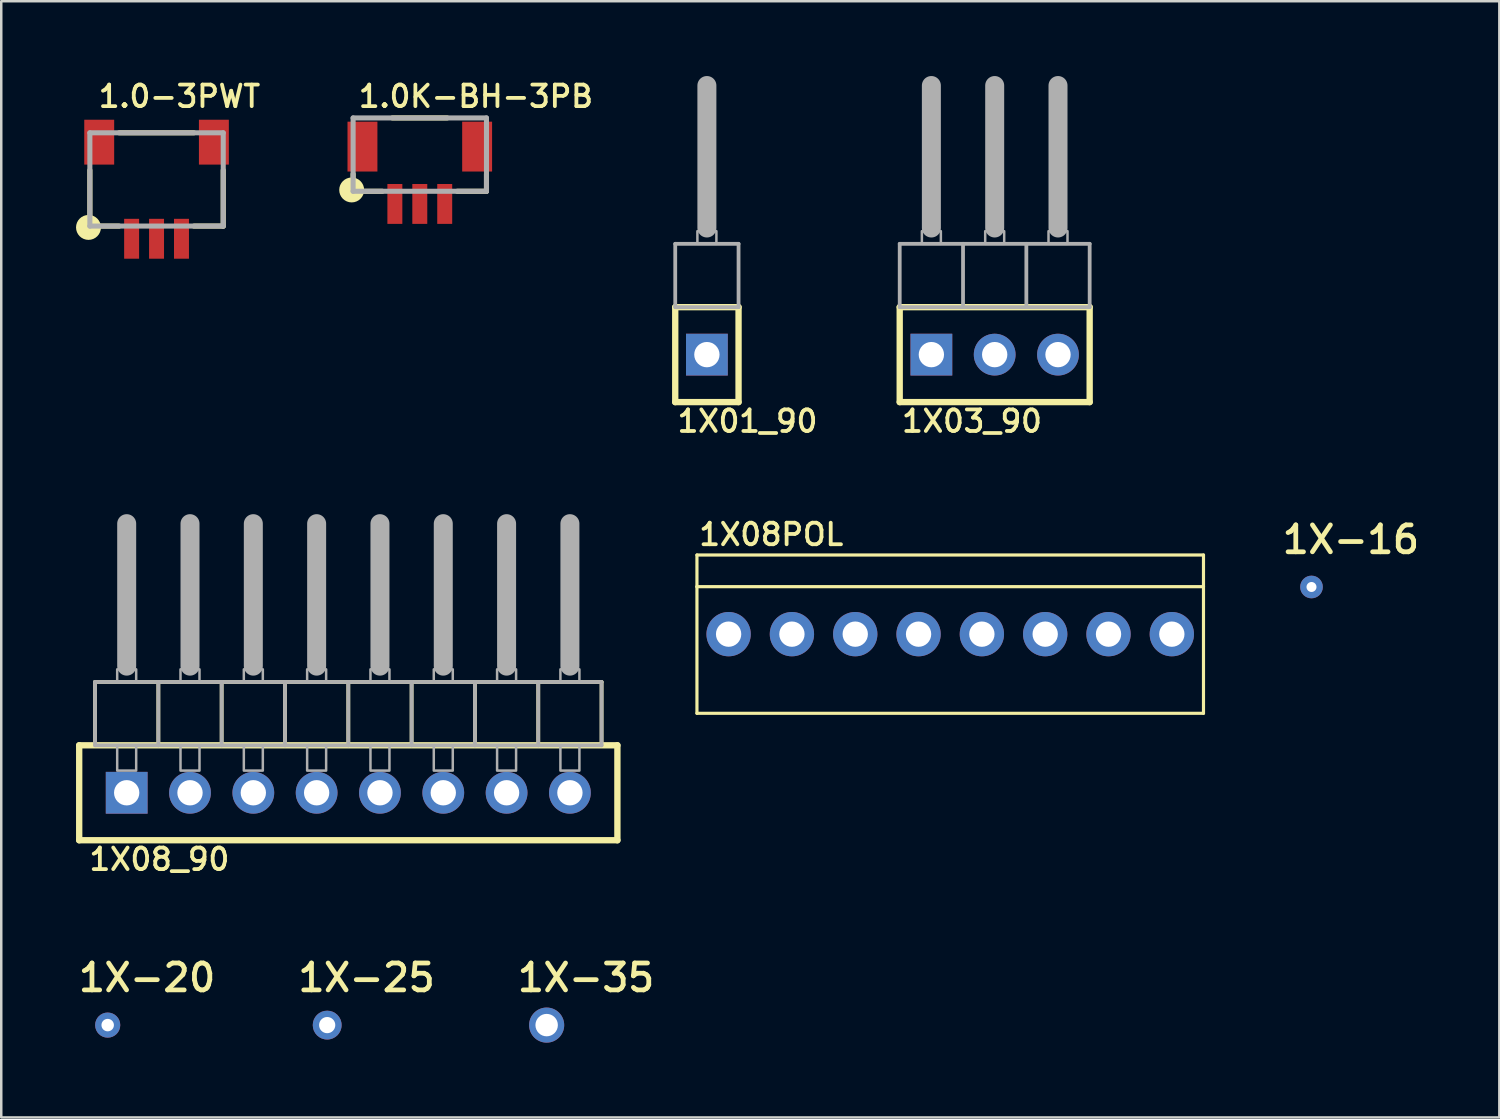
<source format=kicad_pcb>
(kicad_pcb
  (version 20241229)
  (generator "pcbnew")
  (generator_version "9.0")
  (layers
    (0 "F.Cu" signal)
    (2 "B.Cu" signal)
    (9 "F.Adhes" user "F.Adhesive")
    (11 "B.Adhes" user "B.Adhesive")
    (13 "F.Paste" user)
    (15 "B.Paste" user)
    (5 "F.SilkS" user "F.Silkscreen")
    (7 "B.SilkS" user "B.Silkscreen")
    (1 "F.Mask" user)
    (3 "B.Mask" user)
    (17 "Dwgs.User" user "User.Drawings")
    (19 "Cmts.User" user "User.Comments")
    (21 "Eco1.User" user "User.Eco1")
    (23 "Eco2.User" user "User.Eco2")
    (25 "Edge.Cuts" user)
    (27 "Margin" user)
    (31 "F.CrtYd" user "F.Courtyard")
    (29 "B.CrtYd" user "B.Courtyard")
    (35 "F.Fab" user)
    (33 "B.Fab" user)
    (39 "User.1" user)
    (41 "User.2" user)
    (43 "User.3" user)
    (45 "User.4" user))
  (footprint "1X-16"
    (layer "F.Cu")
    (at 49.561 20.497)
    (property "Reference" "1X-16" (at -1.27 -1.27 0) (unlocked yes) (layer "F.SilkS") (effects (font (size 1.079 1.079) (thickness 0.191)) (justify left bottom)))
    (pad "P$1" thru_hole circle (at 0 0) (size 0.908 0.908) (drill 0.4) (layers "*.Cu" "*.Mask")))
  (footprint "1X08_90"
    (layer "F.Cu")
    (at 10.922 24.942)
    (property "Reference" "1X08_90" (at -10.477 6.985 0) (unlocked yes) (layer "F.SilkS") (effects (font (size 0.864 0.864) (thickness 0.152)) (justify left bottom)))
    (fp_line (start -10.795 1.905) (end -10.795 5.715) (stroke (width 0.254) (type solid)) (layer "F.SilkS"))
    (fp_line (start -10.795 5.715) (end 10.795 5.715) (stroke (width 0.254) (type solid)) (layer "F.SilkS"))
    (fp_line (start -10.16 -0.635) (end -10.16 1.905) (stroke (width 0.152) (type solid)) (layer "F.SilkS"))
    (fp_line (start -10.16 1.905) (end -7.62 1.905) (stroke (width 0.152) (type solid)) (layer "F.SilkS"))
    (fp_line (start -7.62 -0.635) (end -10.16 -0.635) (stroke (width 0.152) (type solid)) (layer "F.SilkS"))
    (fp_line (start -7.62 1.905) (end -7.62 -0.635) (stroke (width 0.152) (type solid)) (layer "F.SilkS"))
    (fp_line (start -7.62 1.905) (end -5.08 1.905) (stroke (width 0.152) (type solid)) (layer "F.SilkS"))
    (fp_line (start -5.08 -0.635) (end -7.62 -0.635) (stroke (width 0.152) (type solid)) (layer "F.SilkS"))
    (fp_line (start -5.08 1.905) (end -5.08 -0.635) (stroke (width 0.152) (type solid)) (layer "F.SilkS"))
    (fp_line (start -5.08 1.905) (end -2.54 1.905) (stroke (width 0.152) (type solid)) (layer "F.SilkS"))
    (fp_line (start -2.54 -0.635) (end -5.08 -0.635) (stroke (width 0.152) (type solid)) (layer "F.SilkS"))
    (fp_line (start -2.54 1.905) (end -2.54 -0.635) (stroke (width 0.152) (type solid)) (layer "F.SilkS"))
    (fp_line (start -2.54 1.905) (end 0 1.905) (stroke (width 0.152) (type solid)) (layer "F.SilkS"))
    (fp_line (start 0 -0.635) (end -2.54 -0.635) (stroke (width 0.152) (type solid)) (layer "F.SilkS"))
    (fp_line (start 0 1.905) (end 0 -0.635) (stroke (width 0.152) (type solid)) (layer "F.SilkS"))
    (fp_line (start 0 1.905) (end 2.54 1.905) (stroke (width 0.152) (type solid)) (layer "F.SilkS"))
    (fp_line (start 2.54 -0.635) (end 0 -0.635) (stroke (width 0.152) (type solid)) (layer "F.SilkS"))
    (fp_line (start 2.54 1.905) (end 2.54 -0.635) (stroke (width 0.152) (type solid)) (layer "F.SilkS"))
    (fp_line (start 2.54 1.905) (end 5.08 1.905) (stroke (width 0.152) (type solid)) (layer "F.SilkS"))
    (fp_line (start 5.08 -0.635) (end 2.54 -0.635) (stroke (width 0.152) (type solid)) (layer "F.SilkS"))
    (fp_line (start 5.08 1.905) (end 5.08 -0.635) (stroke (width 0.152) (type solid)) (layer "F.SilkS"))
    (fp_line (start 5.08 1.905) (end 7.62 1.905) (stroke (width 0.152) (type solid)) (layer "F.SilkS"))
    (fp_line (start 7.62 -0.635) (end 5.08 -0.635) (stroke (width 0.152) (type solid)) (layer "F.SilkS"))
    (fp_line (start 7.62 1.905) (end 7.62 -0.635) (stroke (width 0.152) (type solid)) (layer "F.SilkS"))
    (fp_line (start 7.62 1.905) (end 10.16 1.905) (stroke (width 0.152) (type solid)) (layer "F.SilkS"))
    (fp_line (start 10.16 -0.635) (end 7.62 -0.635) (stroke (width 0.152) (type solid)) (layer "F.SilkS"))
    (fp_line (start 10.16 1.905) (end 10.16 -0.635) (stroke (width 0.152) (type solid)) (layer "F.SilkS"))
    (fp_line (start 10.795 1.905) (end -10.795 1.905) (stroke (width 0.254) (type solid)) (layer "F.SilkS"))
    (fp_line (start 10.795 5.715) (end 10.795 1.905) (stroke (width 0.254) (type solid)) (layer "F.SilkS"))
    (fp_line (start -10.16 -0.635) (end -10.16 1.905) (stroke (width 0.152) (type solid)) (layer "F.Fab"))
    (fp_line (start -10.16 1.905) (end -7.62 1.905) (stroke (width 0.152) (type solid)) (layer "F.Fab"))
    (fp_line (start -8.89 -6.985) (end -8.89 -1.27) (stroke (width 0.762) (type solid)) (layer "F.Fab"))
    (fp_line (start -7.62 -0.635) (end -10.16 -0.635) (stroke (width 0.152) (type solid)) (layer "F.Fab"))
    (fp_line (start -7.62 1.905) (end -7.62 -0.635) (stroke (width 0.152) (type solid)) (layer "F.Fab"))
    (fp_line (start -7.62 1.905) (end -5.08 1.905) (stroke (width 0.152) (type solid)) (layer "F.Fab"))
    (fp_line (start -6.35 -6.985) (end -6.35 -1.27) (stroke (width 0.762) (type solid)) (layer "F.Fab"))
    (fp_line (start -5.08 -0.635) (end -7.62 -0.635) (stroke (width 0.152) (type solid)) (layer "F.Fab"))
    (fp_line (start -5.08 1.905) (end -5.08 -0.635) (stroke (width 0.152) (type solid)) (layer "F.Fab"))
    (fp_line (start -5.08 1.905) (end -2.54 1.905) (stroke (width 0.152) (type solid)) (layer "F.Fab"))
    (fp_line (start -3.81 -6.985) (end -3.81 -1.27) (stroke (width 0.762) (type solid)) (layer "F.Fab"))
    (fp_line (start -2.54 -0.635) (end -5.08 -0.635) (stroke (width 0.152) (type solid)) (layer "F.Fab"))
    (fp_line (start -2.54 1.905) (end -2.54 -0.635) (stroke (width 0.152) (type solid)) (layer "F.Fab"))
    (fp_line (start -2.54 1.905) (end 0 1.905) (stroke (width 0.152) (type solid)) (layer "F.Fab"))
    (fp_line (start -1.27 -6.985) (end -1.27 -1.27) (stroke (width 0.762) (type solid)) (layer "F.Fab"))
    (fp_line (start 0 -0.635) (end -2.54 -0.635) (stroke (width 0.152) (type solid)) (layer "F.Fab"))
    (fp_line (start 0 1.905) (end 0 -0.635) (stroke (width 0.152) (type solid)) (layer "F.Fab"))
    (fp_line (start 0 1.905) (end 2.54 1.905) (stroke (width 0.152) (type solid)) (layer "F.Fab"))
    (fp_line (start 1.27 -6.985) (end 1.27 -1.27) (stroke (width 0.762) (type solid)) (layer "F.Fab"))
    (fp_line (start 2.54 -0.635) (end 0 -0.635) (stroke (width 0.152) (type solid)) (layer "F.Fab"))
    (fp_line (start 2.54 1.905) (end 2.54 -0.635) (stroke (width 0.152) (type solid)) (layer "F.Fab"))
    (fp_line (start 2.54 1.905) (end 5.08 1.905) (stroke (width 0.152) (type solid)) (layer "F.Fab"))
    (fp_line (start 3.81 -6.985) (end 3.81 -1.27) (stroke (width 0.762) (type solid)) (layer "F.Fab"))
    (fp_line (start 5.08 -0.635) (end 2.54 -0.635) (stroke (width 0.152) (type solid)) (layer "F.Fab"))
    (fp_line (start 5.08 1.905) (end 5.08 -0.635) (stroke (width 0.152) (type solid)) (layer "F.Fab"))
    (fp_line (start 5.08 1.905) (end 7.62 1.905) (stroke (width 0.152) (type solid)) (layer "F.Fab"))
    (fp_line (start 6.35 -6.985) (end 6.35 -1.27) (stroke (width 0.762) (type solid)) (layer "F.Fab"))
    (fp_line (start 7.62 -0.635) (end 5.08 -0.635) (stroke (width 0.152) (type solid)) (layer "F.Fab"))
    (fp_line (start 7.62 1.905) (end 7.62 -0.635) (stroke (width 0.152) (type solid)) (layer "F.Fab"))
    (fp_line (start 7.62 1.905) (end 10.16 1.905) (stroke (width 0.152) (type solid)) (layer "F.Fab"))
    (fp_line (start 8.89 -6.985) (end 8.89 -1.27) (stroke (width 0.762) (type solid)) (layer "F.Fab"))
    (fp_line (start 10.16 -0.635) (end 7.62 -0.635) (stroke (width 0.152) (type solid)) (layer "F.Fab"))
    (fp_line (start 10.16 1.905) (end 10.16 -0.635) (stroke (width 0.152) (type solid)) (layer "F.Fab"))
    (fp_poly (pts (xy -9.271 -0.635) (xy -8.509 -0.635) (xy -8.509 -1.143) (xy -9.271 -1.143)) (stroke (width 0.1) (type default)) (fill no) (layer "F.Fab"))
    (fp_poly (pts (xy -9.271 2.921) (xy -8.509 2.921) (xy -8.509 1.905) (xy -9.271 1.905)) (stroke (width 0.1) (type default)) (fill no) (layer "F.Fab"))
    (fp_poly (pts (xy -6.731 -0.635) (xy -5.969 -0.635) (xy -5.969 -1.143) (xy -6.731 -1.143)) (stroke (width 0.1) (type default)) (fill no) (layer "F.Fab"))
    (fp_poly (pts (xy -6.731 2.921) (xy -5.969 2.921) (xy -5.969 1.905) (xy -6.731 1.905)) (stroke (width 0.1) (type default)) (fill no) (layer "F.Fab"))
    (fp_poly (pts (xy -4.191 -0.635) (xy -3.429 -0.635) (xy -3.429 -1.143) (xy -4.191 -1.143)) (stroke (width 0.1) (type default)) (fill no) (layer "F.Fab"))
    (fp_poly (pts (xy -4.191 2.921) (xy -3.429 2.921) (xy -3.429 1.905) (xy -4.191 1.905)) (stroke (width 0.1) (type default)) (fill no) (layer "F.Fab"))
    (fp_poly (pts (xy -1.651 -0.635) (xy -0.889 -0.635) (xy -0.889 -1.143) (xy -1.651 -1.143)) (stroke (width 0.1) (type default)) (fill no) (layer "F.Fab"))
    (fp_poly (pts (xy -1.651 2.921) (xy -0.889 2.921) (xy -0.889 1.905) (xy -1.651 1.905)) (stroke (width 0.1) (type default)) (fill no) (layer "F.Fab"))
    (fp_poly (pts (xy 0.889 -0.635) (xy 1.651 -0.635) (xy 1.651 -1.143) (xy 0.889 -1.143)) (stroke (width 0.1) (type default)) (fill no) (layer "F.Fab"))
    (fp_poly (pts (xy 0.889 2.921) (xy 1.651 2.921) (xy 1.651 1.905) (xy 0.889 1.905)) (stroke (width 0.1) (type default)) (fill no) (layer "F.Fab"))
    (fp_poly (pts (xy 3.429 -0.635) (xy 4.191 -0.635) (xy 4.191 -1.143) (xy 3.429 -1.143)) (stroke (width 0.1) (type default)) (fill no) (layer "F.Fab"))
    (fp_poly (pts (xy 3.429 2.921) (xy 4.191 2.921) (xy 4.191 1.905) (xy 3.429 1.905)) (stroke (width 0.1) (type default)) (fill no) (layer "F.Fab"))
    (fp_poly (pts (xy 5.969 -0.635) (xy 6.731 -0.635) (xy 6.731 -1.143) (xy 5.969 -1.143)) (stroke (width 0.1) (type default)) (fill no) (layer "F.Fab"))
    (fp_poly (pts (xy 5.969 2.921) (xy 6.731 2.921) (xy 6.731 1.905) (xy 5.969 1.905)) (stroke (width 0.1) (type default)) (fill no) (layer "F.Fab"))
    (fp_poly (pts (xy 8.509 -0.635) (xy 9.271 -0.635) (xy 9.271 -1.143) (xy 8.509 -1.143)) (stroke (width 0.1) (type default)) (fill no) (layer "F.Fab"))
    (fp_poly (pts (xy 8.509 2.921) (xy 9.271 2.921) (xy 9.271 1.905) (xy 8.509 1.905)) (stroke (width 0.1) (type default)) (fill no) (layer "F.Fab"))
    (pad "1" thru_hole rect (at -8.89 3.81) (size 1.676 1.676) (drill 1.016) (layers "*.Cu" "*.Mask"))
    (pad "2" thru_hole circle (at -6.35 3.81) (size 1.676 1.676) (drill 1.016) (layers "*.Cu" "*.Mask"))
    (pad "3" thru_hole circle (at -3.81 3.81) (size 1.676 1.676) (drill 1.016) (layers "*.Cu" "*.Mask"))
    (pad "4" thru_hole circle (at -1.27 3.81) (size 1.676 1.676) (drill 1.016) (layers "*.Cu" "*.Mask"))
    (pad "5" thru_hole circle (at 1.27 3.81) (size 1.676 1.676) (drill 1.016) (layers "*.Cu" "*.Mask"))
    (pad "6" thru_hole circle (at 3.81 3.81) (size 1.676 1.676) (drill 1.016) (layers "*.Cu" "*.Mask"))
    (pad "7" thru_hole circle (at 6.35 3.81) (size 1.676 1.676) (drill 1.016) (layers "*.Cu" "*.Mask"))
    (pad "8" thru_hole circle (at 8.89 3.81) (size 1.676 1.676) (drill 1.016) (layers "*.Cu" "*.Mask")))
  (footprint "1.0K-BH-3PB"
    (layer "F.Cu")
    (at 13.79 5.131)
    (property "Reference" "1.0K-BH-3PB" (at -2.54 -3.81 0) (unlocked yes) (layer "F.SilkS") (effects (font (size 0.864 0.864) (thickness 0.152)) (justify left bottom)))
    (fp_line (start -2.675 -0.508) (end -2.675 -1.2) (stroke (width 0.203) (type solid)) (layer "F.SilkS"))
    (fp_line (start -1.5 -0.508) (end -2.675 -0.508) (stroke (width 0.203) (type solid)) (layer "F.SilkS"))
    (fp_line (start -1.1 -3.45) (end 1.1 -3.45) (stroke (width 0.203) (type solid)) (layer "F.SilkS"))
    (fp_line (start 2.675 -1.2) (end 2.675 -0.508) (stroke (width 0.203) (type solid)) (layer "F.SilkS"))
    (fp_line (start 2.675 -0.508) (end 1.5 -0.508) (stroke (width 0.203) (type solid)) (layer "F.SilkS"))
    (fp_circle (center -2.732 -0.561) (end -2.482 -0.561) (stroke (width 0.5) (type solid)) (fill yes) (layer "F.SilkS"))
    (fp_line (start -2.675 -3.45) (end 2.675 -3.45) (stroke (width 0.203) (type solid)) (layer "F.Fab"))
    (fp_line (start -2.675 -0.508) (end -2.675 -3.45) (stroke (width 0.203) (type solid)) (layer "F.Fab"))
    (fp_line (start 2.675 -3.45) (end 2.675 -0.508) (stroke (width 0.203) (type solid)) (layer "F.Fab"))
    (fp_line (start 2.675 -0.508) (end -2.675 -0.508) (stroke (width 0.203) (type solid)) (layer "F.Fab"))
    (pad "0" smd rect (at -2.3 -2.3) (size 1.2 2) (layers "F.Cu" "F.Mask" "F.Paste"))
    (pad "1" smd rect (at -1 0) (size 0.6 1.6) (layers "F.Cu" "F.Mask" "F.Paste"))
    (pad "2" smd rect (at 0 0) (size 0.6 1.6) (layers "F.Cu" "F.Mask" "F.Paste"))
    (pad "3" smd rect (at 1 0) (size 0.6 1.6) (layers "F.Cu" "F.Mask" "F.Paste"))
    (pad "4" smd rect (at 2.3 -2.3) (size 1.2 2) (layers "F.Cu" "F.Mask" "F.Paste")))
  (footprint "1X-35"
    (layer "F.Cu")
    (at 18.879 38.072)
    (property "Reference" "1X-35" (at -1.27 -1.27 0) (unlocked yes) (layer "F.SilkS") (effects (font (size 1.079 1.079) (thickness 0.191)) (justify left bottom)))
    (pad "P$1" thru_hole circle (at 0 0) (size 1.408 1.408) (drill 0.9) (layers "*.Cu" "*.Mask")))
  (footprint "1X-25"
    (layer "F.Cu")
    (at 10.075 38.072)
    (property "Reference" "1X-25" (at -1.27 -1.27 0) (unlocked yes) (layer "F.SilkS") (effects (font (size 1.079 1.079) (thickness 0.191)) (justify left bottom)))
    (pad "P$1" thru_hole circle (at 0 0) (size 1.158 1.158) (drill 0.65) (layers "*.Cu" "*.Mask")))
  (footprint "1X-20"
    (layer "F.Cu")
    (at 1.27 38.072)
    (property "Reference" "1X-20" (at -1.27 -1.27 0) (unlocked yes) (layer "F.SilkS") (effects (font (size 1.079 1.079) (thickness 0.191)) (justify left bottom)))
    (pad "P$1" thru_hole circle (at 0 0) (size 1.008 1.008) (drill 0.5) (layers "*.Cu" "*.Mask")))
  (footprint "1.0-3PWT"
    (layer "F.Cu")
    (at 3.23 6.528)
    (property "Reference" "1.0-3PWT" (at -2.413 -5.207 0) (unlocked yes) (layer "F.SilkS") (effects (font (size 0.864 0.864) (thickness 0.152)) (justify left bottom)))
    (fp_line (start -2.675 -0.508) (end -2.675 -2.75) (stroke (width 0.203) (type solid)) (layer "F.SilkS"))
    (fp_line (start -1.5 -4.25) (end 1.5 -4.25) (stroke (width 0.203) (type solid)) (layer "F.SilkS"))
    (fp_line (start -1.5 -0.508) (end -2.675 -0.508) (stroke (width 0.203) (type solid)) (layer "F.SilkS"))
    (fp_line (start 2.675 -2.75) (end 2.675 -0.508) (stroke (width 0.203) (type solid)) (layer "F.SilkS"))
    (fp_line (start 2.675 -0.508) (end 1.5 -0.508) (stroke (width 0.203) (type solid)) (layer "F.SilkS"))
    (fp_circle (center -2.73 -0.455) (end -2.48 -0.455) (stroke (width 0.5) (type solid)) (fill yes) (layer "F.SilkS"))
    (fp_line (start -2.675 -4.25) (end 2.675 -4.25) (stroke (width 0.203) (type solid)) (layer "F.Fab"))
    (fp_line (start -2.675 -0.508) (end -2.675 -4.25) (stroke (width 0.203) (type solid)) (layer "F.Fab"))
    (fp_line (start 2.675 -4.25) (end 2.675 -0.508) (stroke (width 0.203) (type solid)) (layer "F.Fab"))
    (fp_line (start 2.675 -0.508) (end -2.675 -0.508) (stroke (width 0.203) (type solid)) (layer "F.Fab"))
    (pad "0" smd rect (at -2.3 -3.875) (size 1.2 1.8) (layers "F.Cu" "F.Mask" "F.Paste"))
    (pad "1" smd rect (at -1 0) (size 0.6 1.6) (layers "F.Cu" "F.Mask" "F.Paste"))
    (pad "2" smd rect (at 0 0) (size 0.6 1.6) (layers "F.Cu" "F.Mask" "F.Paste"))
    (pad "3" smd rect (at 1 0) (size 0.6 1.6) (layers "F.Cu" "F.Mask" "F.Paste"))
    (pad "4" smd rect (at 2.3 -3.875) (size 1.2 1.8) (layers "F.Cu" "F.Mask" "F.Paste")))
  (footprint "1X01_90"
    (layer "F.Cu")
    (at 26.577 7.366)
    (property "Reference" "1X01_90" (at -2.54 6.985 0) (unlocked yes) (layer "F.SilkS") (effects (font (size 0.864 0.864) (thickness 0.152)) (justify left bottom)))
    (fp_line (start -2.54 1.905) (end 0 1.905) (stroke (width 0.254) (type solid)) (layer "F.SilkS"))
    (fp_line (start -2.54 5.715) (end -2.54 1.905) (stroke (width 0.254) (type solid)) (layer "F.SilkS"))
    (fp_line (start 0 1.905) (end 0 5.715) (stroke (width 0.254) (type solid)) (layer "F.SilkS"))
    (fp_line (start 0 5.715) (end -2.54 5.715) (stroke (width 0.254) (type solid)) (layer "F.SilkS"))
    (fp_line (start -2.54 -0.635) (end -2.54 1.905) (stroke (width 0.152) (type solid)) (layer "F.Fab"))
    (fp_line (start -2.54 1.905) (end 0 1.905) (stroke (width 0.152) (type solid)) (layer "F.Fab"))
    (fp_line (start -1.27 -6.985) (end -1.27 -1.27) (stroke (width 0.762) (type solid)) (layer "F.Fab"))
    (fp_line (start 0 -0.635) (end -2.54 -0.635) (stroke (width 0.152) (type solid)) (layer "F.Fab"))
    (fp_line (start 0 1.905) (end 0 -0.635) (stroke (width 0.152) (type solid)) (layer "F.Fab"))
    (fp_poly (pts (xy -1.651 -0.635) (xy -0.889 -0.635) (xy -0.889 -1.143) (xy -1.651 -1.143)) (stroke (width 0.1) (type default)) (fill no) (layer "F.Fab"))
    (pad "1" thru_hole rect (at -1.27 3.81) (size 1.676 1.676) (drill 1.016) (layers "*.Cu" "*.Mask")))
  (footprint "1X08POL"
    (layer "F.Cu")
    (at 35.068 22.389)
    (property "Reference" "1X08POL" (at -10.16 -3.493 0) (unlocked yes) (layer "F.SilkS") (effects (font (size 0.864 0.864) (thickness 0.152)) (justify left bottom)))
    (fp_line (start -10.16 -3.175) (end -10.16 -1.905) (stroke (width 0.127) (type solid)) (layer "F.SilkS"))
    (fp_line (start -10.16 -3.175) (end 10.16 -3.175) (stroke (width 0.127) (type solid)) (layer "F.SilkS"))
    (fp_line (start -10.16 -1.905) (end -10.16 3.175) (stroke (width 0.127) (type solid)) (layer "F.SilkS"))
    (fp_line (start -10.16 -1.905) (end 10.16 -1.905) (stroke (width 0.127) (type solid)) (layer "F.SilkS"))
    (fp_line (start -10.16 3.175) (end 10.16 3.175) (stroke (width 0.127) (type solid)) (layer "F.SilkS"))
    (fp_line (start 10.16 -3.175) (end 10.16 -1.905) (stroke (width 0.127) (type solid)) (layer "F.SilkS"))
    (fp_line (start 10.16 -1.905) (end 10.16 3.175) (stroke (width 0.127) (type solid)) (layer "F.SilkS"))
    (fp_poly (pts (xy -9.144 0.254) (xy -8.636 0.254) (xy -8.636 -0.254) (xy -9.144 -0.254)) (stroke (width 0.1) (type default)) (fill no) (layer "F.Fab"))
    (fp_poly (pts (xy -6.604 0.254) (xy -6.096 0.254) (xy -6.096 -0.254) (xy -6.604 -0.254)) (stroke (width 0.1) (type default)) (fill no) (layer "F.Fab"))
    (fp_poly (pts (xy -4.064 0.254) (xy -3.556 0.254) (xy -3.556 -0.254) (xy -4.064 -0.254)) (stroke (width 0.1) (type default)) (fill no) (layer "F.Fab"))
    (fp_poly (pts (xy -1.524 0.254) (xy -1.016 0.254) (xy -1.016 -0.254) (xy -1.524 -0.254)) (stroke (width 0.1) (type default)) (fill no) (layer "F.Fab"))
    (fp_poly (pts (xy 1.016 0.254) (xy 1.524 0.254) (xy 1.524 -0.254) (xy 1.016 -0.254)) (stroke (width 0.1) (type default)) (fill no) (layer "F.Fab"))
    (fp_poly (pts (xy 3.556 0.254) (xy 4.064 0.254) (xy 4.064 -0.254) (xy 3.556 -0.254)) (stroke (width 0.1) (type default)) (fill no) (layer "F.Fab"))
    (fp_poly (pts (xy 6.096 0.254) (xy 6.604 0.254) (xy 6.604 -0.254) (xy 6.096 -0.254)) (stroke (width 0.1) (type default)) (fill no) (layer "F.Fab"))
    (fp_poly (pts (xy 8.636 0.254) (xy 9.144 0.254) (xy 9.144 -0.254) (xy 8.636 -0.254)) (stroke (width 0.1) (type default)) (fill no) (layer "F.Fab"))
    (pad "1" thru_hole circle (at -8.89 0 90) (size 1.778 1.778) (drill 1.016) (layers "*.Cu" "*.Mask"))
    (pad "2" thru_hole circle (at -6.35 0 90) (size 1.778 1.778) (drill 1.016) (layers "*.Cu" "*.Mask"))
    (pad "3" thru_hole circle (at -3.81 0 90) (size 1.778 1.778) (drill 1.016) (layers "*.Cu" "*.Mask"))
    (pad "4" thru_hole circle (at -1.27 0 90) (size 1.778 1.778) (drill 1.016) (layers "*.Cu" "*.Mask"))
    (pad "5" thru_hole circle (at 1.27 0 90) (size 1.778 1.778) (drill 1.016) (layers "*.Cu" "*.Mask"))
    (pad "6" thru_hole circle (at 3.81 0 90) (size 1.778 1.778) (drill 1.016) (layers "*.Cu" "*.Mask"))
    (pad "7" thru_hole circle (at 6.35 0 90) (size 1.778 1.778) (drill 1.016) (layers "*.Cu" "*.Mask"))
    (pad "8" thru_hole circle (at 8.89 0 90) (size 1.778 1.778) (drill 1.016) (layers "*.Cu" "*.Mask")))
  (footprint "1X03_90"
    (layer "F.Cu")
    (at 35.582 7.366)
    (property "Reference" "1X03_90" (at -2.54 6.985 0) (unlocked yes) (layer "F.SilkS") (effects (font (size 0.864 0.864) (thickness 0.152)) (justify left bottom)))
    (fp_line (start -2.54 1.905) (end 5.08 1.905) (stroke (width 0.254) (type solid)) (layer "F.SilkS"))
    (fp_line (start -2.54 5.715) (end -2.54 1.905) (stroke (width 0.254) (type solid)) (layer "F.SilkS"))
    (fp_line (start 5.08 1.905) (end 5.08 5.715) (stroke (width 0.254) (type solid)) (layer "F.SilkS"))
    (fp_line (start 5.08 5.715) (end -2.54 5.715) (stroke (width 0.254) (type solid)) (layer "F.SilkS"))
    (fp_line (start -2.54 -0.635) (end -2.54 1.905) (stroke (width 0.152) (type solid)) (layer "F.Fab"))
    (fp_line (start -2.54 1.905) (end 0 1.905) (stroke (width 0.152) (type solid)) (layer "F.Fab"))
    (fp_line (start -1.27 -6.985) (end -1.27 -1.27) (stroke (width 0.762) (type solid)) (layer "F.Fab"))
    (fp_line (start 0 -0.635) (end -2.54 -0.635) (stroke (width 0.152) (type solid)) (layer "F.Fab"))
    (fp_line (start 0 1.905) (end 0 -0.635) (stroke (width 0.152) (type solid)) (layer "F.Fab"))
    (fp_line (start 0 1.905) (end 5.08 1.905) (stroke (width 0.152) (type solid)) (layer "F.Fab"))
    (fp_line (start 1.27 -6.985) (end 1.27 -1.27) (stroke (width 0.762) (type solid)) (layer "F.Fab"))
    (fp_line (start 2.54 1.905) (end 2.54 -0.635) (stroke (width 0.152) (type solid)) (layer "F.Fab"))
    (fp_line (start 3.81 -6.985) (end 3.81 -1.27) (stroke (width 0.762) (type solid)) (layer "F.Fab"))
    (fp_line (start 5.08 -0.635) (end 0 -0.635) (stroke (width 0.152) (type solid)) (layer "F.Fab"))
    (fp_line (start 5.08 1.905) (end 5.08 -0.635) (stroke (width 0.152) (type solid)) (layer "F.Fab"))
    (fp_poly (pts (xy -1.651 -0.635) (xy -0.889 -0.635) (xy -0.889 -1.143) (xy -1.651 -1.143)) (stroke (width 0.1) (type default)) (fill no) (layer "F.Fab"))
    (fp_poly (pts (xy 0.889 -0.635) (xy 1.651 -0.635) (xy 1.651 -1.143) (xy 0.889 -1.143)) (stroke (width 0.1) (type default)) (fill no) (layer "F.Fab"))
    (fp_poly (pts (xy 3.429 -0.635) (xy 4.191 -0.635) (xy 4.191 -1.143) (xy 3.429 -1.143)) (stroke (width 0.1) (type default)) (fill no) (layer "F.Fab"))
    (pad "1" thru_hole rect (at -1.27 3.81) (size 1.676 1.676) (drill 1.016) (layers "*.Cu" "*.Mask"))
    (pad "2" thru_hole circle (at 1.27 3.81) (size 1.676 1.676) (drill 1.016) (layers "*.Cu" "*.Mask"))
    (pad "3" thru_hole circle (at 3.81 3.81) (size 1.676 1.676) (drill 1.016) (layers "*.Cu" "*.Mask")))
  (gr_rect
    (start -3 -3)
    (end 57.096 41.776)
    (stroke (width 0.1) (type default))
    (fill no)
    (layer "Edge.Cuts")))
</source>
